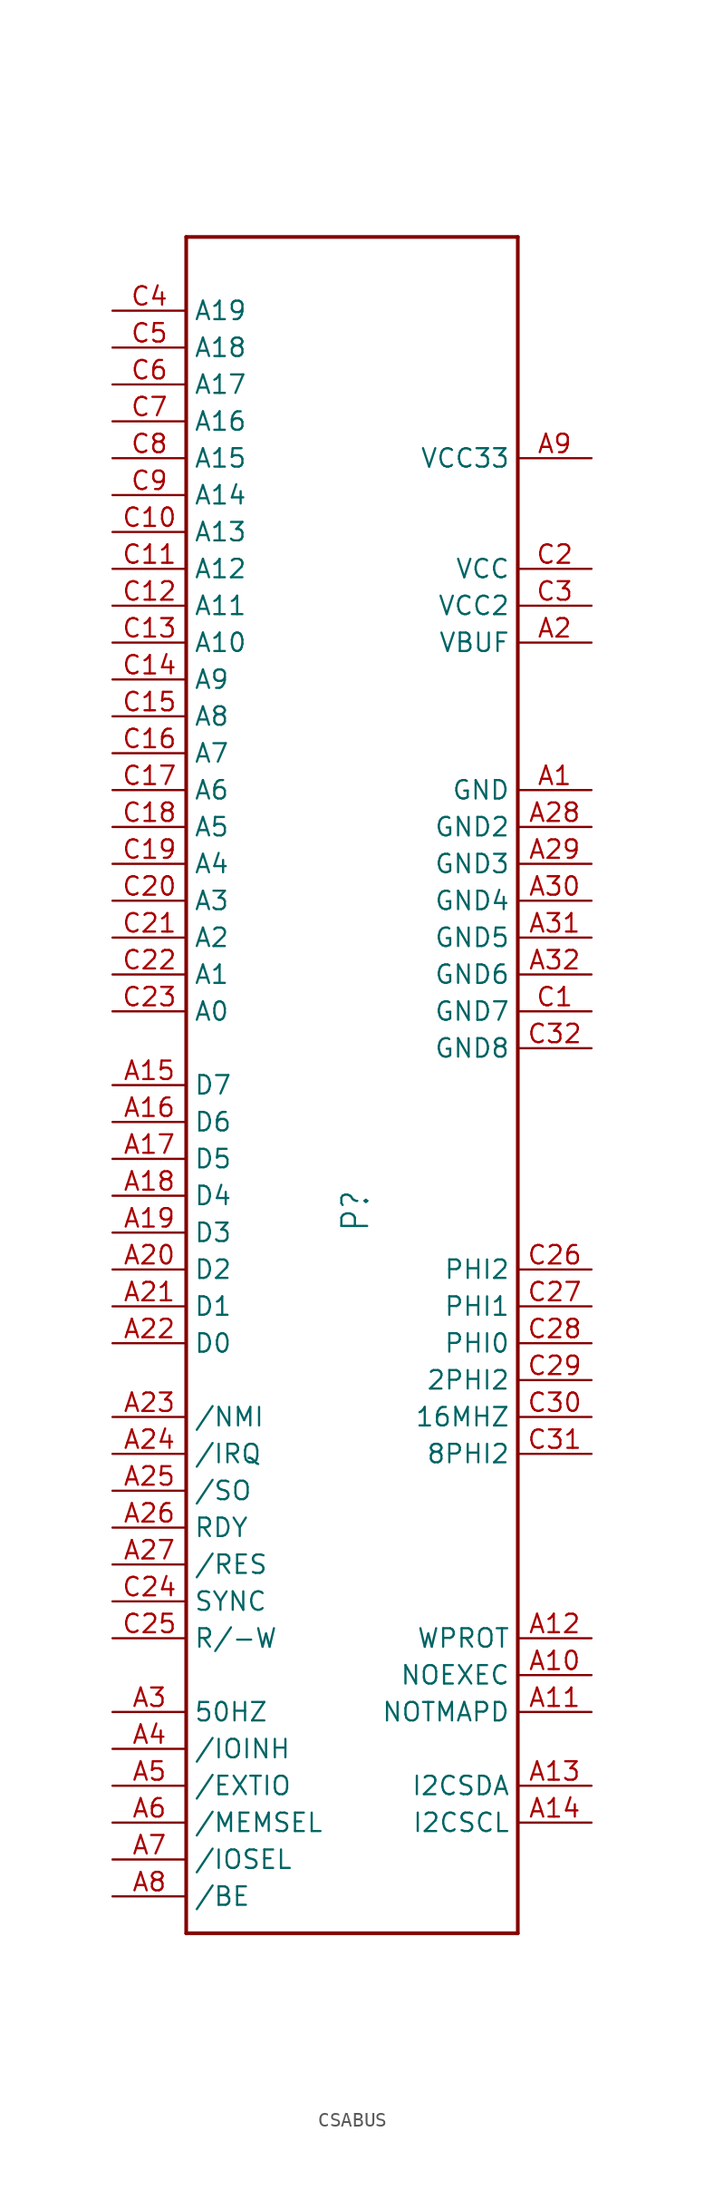
<source format=kicad_sym>
(kicad_symbol_lib
  (version 20231120)
  (generator "kicad_symbol_editor")
  (generator_version "8.0")
  (symbol "CSABUS"
    (property "Reference" "P"
      (at 5.08 -10.16 90)
      (effects (font (size 1.778 1.511)) (justify left bottom)))
    (property "Value" ""
      (at 0 58.42 0)
      (effects (font (size 1.778 1.511)) (justify left bottom)))
    (property "ki_locked" ""
      (at 0 0 0)
      (effects (font (size 1.27 1.27))))
    (symbol "CSABUS_1_0"
      (polyline (pts (xy -7.62 -58.42) (xy 15.24 -58.42)) (stroke (width 0.254) (type solid)) (fill (type none)))
      (polyline (pts (xy -7.62 58.42) (xy -7.62 -58.42)) (stroke (width 0.254) (type solid)) (fill (type none)))
      (polyline (pts (xy 15.24 -58.42) (xy 15.24 58.42)) (stroke (width 0.254) (type solid)) (fill (type none)))
      (polyline (pts (xy 15.24 58.42) (xy -7.62 58.42)) (stroke (width 0.254) (type solid)) (fill (type none)))
      (pin bidirectional line (at 20.32 20.32 180) (length 5.08) (name "GND" (effects (font (size 1.27 1.27)))) (number "A1" (effects (font (size 1.27 1.27)))))
      (pin bidirectional line (at 20.32 -40.64 180) (length 5.08) (name "NOEXEC" (effects (font (size 1.27 1.27)))) (number "A10" (effects (font (size 1.27 1.27)))))
      (pin bidirectional line (at 20.32 -43.18 180) (length 5.08) (name "NOTMAPD" (effects (font (size 1.27 1.27)))) (number "A11" (effects (font (size 1.27 1.27)))))
      (pin bidirectional line (at 20.32 -38.1 180) (length 5.08) (name "WPROT" (effects (font (size 1.27 1.27)))) (number "A12" (effects (font (size 1.27 1.27)))))
      (pin bidirectional line (at 20.32 -48.26 180) (length 5.08) (name "I2CSDA" (effects (font (size 1.27 1.27)))) (number "A13" (effects (font (size 1.27 1.27)))))
      (pin bidirectional line (at 20.32 -50.8 180) (length 5.08) (name "I2CSCL" (effects (font (size 1.27 1.27)))) (number "A14" (effects (font (size 1.27 1.27)))))
      (pin bidirectional line (at -12.7 0 0) (length 5.08) (name "D7" (effects (font (size 1.27 1.27)))) (number "A15" (effects (font (size 1.27 1.27)))))
      (pin bidirectional line (at -12.7 -2.54 0) (length 5.08) (name "D6" (effects (font (size 1.27 1.27)))) (number "A16" (effects (font (size 1.27 1.27)))))
      (pin bidirectional line (at -12.7 -5.08 0) (length 5.08) (name "D5" (effects (font (size 1.27 1.27)))) (number "A17" (effects (font (size 1.27 1.27)))))
      (pin bidirectional line (at -12.7 -7.62 0) (length 5.08) (name "D4" (effects (font (size 1.27 1.27)))) (number "A18" (effects (font (size 1.27 1.27)))))
      (pin bidirectional line (at -12.7 -10.16 0) (length 5.08) (name "D3" (effects (font (size 1.27 1.27)))) (number "A19" (effects (font (size 1.27 1.27)))))
      (pin bidirectional line (at 20.32 30.48 180) (length 5.08) (name "VBUF" (effects (font (size 1.27 1.27)))) (number "A2" (effects (font (size 1.27 1.27)))))
      (pin bidirectional line (at -12.7 -12.7 0) (length 5.08) (name "D2" (effects (font (size 1.27 1.27)))) (number "A20" (effects (font (size 1.27 1.27)))))
      (pin bidirectional line (at -12.7 -15.24 0) (length 5.08) (name "D1" (effects (font (size 1.27 1.27)))) (number "A21" (effects (font (size 1.27 1.27)))))
      (pin bidirectional line (at -12.7 -17.78 0) (length 5.08) (name "D0" (effects (font (size 1.27 1.27)))) (number "A22" (effects (font (size 1.27 1.27)))))
      (pin bidirectional line (at -12.7 -22.86 0) (length 5.08) (name "/NMI" (effects (font (size 1.27 1.27)))) (number "A23" (effects (font (size 1.27 1.27)))))
      (pin bidirectional line (at -12.7 -25.4 0) (length 5.08) (name "/IRQ" (effects (font (size 1.27 1.27)))) (number "A24" (effects (font (size 1.27 1.27)))))
      (pin bidirectional line (at -12.7 -27.94 0) (length 5.08) (name "/SO" (effects (font (size 1.27 1.27)))) (number "A25" (effects (font (size 1.27 1.27)))))
      (pin bidirectional line (at -12.7 -30.48 0) (length 5.08) (name "RDY" (effects (font (size 1.27 1.27)))) (number "A26" (effects (font (size 1.27 1.27)))))
      (pin bidirectional line (at -12.7 -33.02 0) (length 5.08) (name "/RES" (effects (font (size 1.27 1.27)))) (number "A27" (effects (font (size 1.27 1.27)))))
      (pin bidirectional line (at 20.32 17.78 180) (length 5.08) (name "GND2" (effects (font (size 1.27 1.27)))) (number "A28" (effects (font (size 1.27 1.27)))))
      (pin bidirectional line (at 20.32 15.24 180) (length 5.08) (name "GND3" (effects (font (size 1.27 1.27)))) (number "A29" (effects (font (size 1.27 1.27)))))
      (pin bidirectional line (at -12.7 -43.18 0) (length 5.08) (name "50HZ" (effects (font (size 1.27 1.27)))) (number "A3" (effects (font (size 1.27 1.27)))))
      (pin bidirectional line (at 20.32 12.7 180) (length 5.08) (name "GND4" (effects (font (size 1.27 1.27)))) (number "A30" (effects (font (size 1.27 1.27)))))
      (pin bidirectional line (at 20.32 10.16 180) (length 5.08) (name "GND5" (effects (font (size 1.27 1.27)))) (number "A31" (effects (font (size 1.27 1.27)))))
      (pin bidirectional line (at 20.32 7.62 180) (length 5.08) (name "GND6" (effects (font (size 1.27 1.27)))) (number "A32" (effects (font (size 1.27 1.27)))))
      (pin bidirectional line (at -12.7 -45.72 0) (length 5.08) (name "/IOINH" (effects (font (size 1.27 1.27)))) (number "A4" (effects (font (size 1.27 1.27)))))
      (pin bidirectional line (at -12.7 -48.26 0) (length 5.08) (name "/EXTIO" (effects (font (size 1.27 1.27)))) (number "A5" (effects (font (size 1.27 1.27)))))
      (pin bidirectional line (at -12.7 -50.8 0) (length 5.08) (name "/MEMSEL" (effects (font (size 1.27 1.27)))) (number "A6" (effects (font (size 1.27 1.27)))))
      (pin bidirectional line (at -12.7 -53.34 0) (length 5.08) (name "/IOSEL" (effects (font (size 1.27 1.27)))) (number "A7" (effects (font (size 1.27 1.27)))))
      (pin bidirectional line (at -12.7 -55.88 0) (length 5.08) (name "/BE" (effects (font (size 1.27 1.27)))) (number "A8" (effects (font (size 1.27 1.27)))))
      (pin bidirectional line (at 20.32 43.18 180) (length 5.08) (name "VCC33" (effects (font (size 1.27 1.27)))) (number "A9" (effects (font (size 1.27 1.27)))))
      (pin bidirectional line (at 20.32 5.08 180) (length 5.08) (name "GND7" (effects (font (size 1.27 1.27)))) (number "C1" (effects (font (size 1.27 1.27)))))
      (pin bidirectional line (at -12.7 38.1 0) (length 5.08) (name "A13" (effects (font (size 1.27 1.27)))) (number "C10" (effects (font (size 1.27 1.27)))))
      (pin bidirectional line (at -12.7 35.56 0) (length 5.08) (name "A12" (effects (font (size 1.27 1.27)))) (number "C11" (effects (font (size 1.27 1.27)))))
      (pin bidirectional line (at -12.7 33.02 0) (length 5.08) (name "A11" (effects (font (size 1.27 1.27)))) (number "C12" (effects (font (size 1.27 1.27)))))
      (pin bidirectional line (at -12.7 30.48 0) (length 5.08) (name "A10" (effects (font (size 1.27 1.27)))) (number "C13" (effects (font (size 1.27 1.27)))))
      (pin bidirectional line (at -12.7 27.94 0) (length 5.08) (name "A9" (effects (font (size 1.27 1.27)))) (number "C14" (effects (font (size 1.27 1.27)))))
      (pin bidirectional line (at -12.7 25.4 0) (length 5.08) (name "A8" (effects (font (size 1.27 1.27)))) (number "C15" (effects (font (size 1.27 1.27)))))
      (pin bidirectional line (at -12.7 22.86 0) (length 5.08) (name "A7" (effects (font (size 1.27 1.27)))) (number "C16" (effects (font (size 1.27 1.27)))))
      (pin bidirectional line (at -12.7 20.32 0) (length 5.08) (name "A6" (effects (font (size 1.27 1.27)))) (number "C17" (effects (font (size 1.27 1.27)))))
      (pin bidirectional line (at -12.7 17.78 0) (length 5.08) (name "A5" (effects (font (size 1.27 1.27)))) (number "C18" (effects (font (size 1.27 1.27)))))
      (pin bidirectional line (at -12.7 15.24 0) (length 5.08) (name "A4" (effects (font (size 1.27 1.27)))) (number "C19" (effects (font (size 1.27 1.27)))))
      (pin bidirectional line (at 20.32 35.56 180) (length 5.08) (name "VCC" (effects (font (size 1.27 1.27)))) (number "C2" (effects (font (size 1.27 1.27)))))
      (pin bidirectional line (at -12.7 12.7 0) (length 5.08) (name "A3" (effects (font (size 1.27 1.27)))) (number "C20" (effects (font (size 1.27 1.27)))))
      (pin bidirectional line (at -12.7 10.16 0) (length 5.08) (name "A2" (effects (font (size 1.27 1.27)))) (number "C21" (effects (font (size 1.27 1.27)))))
      (pin bidirectional line (at -12.7 7.62 0) (length 5.08) (name "A1" (effects (font (size 1.27 1.27)))) (number "C22" (effects (font (size 1.27 1.27)))))
      (pin bidirectional line (at -12.7 5.08 0) (length 5.08) (name "A0" (effects (font (size 1.27 1.27)))) (number "C23" (effects (font (size 1.27 1.27)))))
      (pin bidirectional line (at -12.7 -35.56 0) (length 5.08) (name "SYNC" (effects (font (size 1.27 1.27)))) (number "C24" (effects (font (size 1.27 1.27)))))
      (pin bidirectional line (at -12.7 -38.1 0) (length 5.08) (name "R/-W" (effects (font (size 1.27 1.27)))) (number "C25" (effects (font (size 1.27 1.27)))))
      (pin bidirectional line (at 20.32 -12.7 180) (length 5.08) (name "PHI2" (effects (font (size 1.27 1.27)))) (number "C26" (effects (font (size 1.27 1.27)))))
      (pin bidirectional line (at 20.32 -15.24 180) (length 5.08) (name "PHI1" (effects (font (size 1.27 1.27)))) (number "C27" (effects (font (size 1.27 1.27)))))
      (pin bidirectional line (at 20.32 -17.78 180) (length 5.08) (name "PHI0" (effects (font (size 1.27 1.27)))) (number "C28" (effects (font (size 1.27 1.27)))))
      (pin bidirectional line (at 20.32 -20.32 180) (length 5.08) (name "2PHI2" (effects (font (size 1.27 1.27)))) (number "C29" (effects (font (size 1.27 1.27)))))
      (pin bidirectional line (at 20.32 33.02 180) (length 5.08) (name "VCC2" (effects (font (size 1.27 1.27)))) (number "C3" (effects (font (size 1.27 1.27)))))
      (pin bidirectional line (at 20.32 -22.86 180) (length 5.08) (name "16MHZ" (effects (font (size 1.27 1.27)))) (number "C30" (effects (font (size 1.27 1.27)))))
      (pin bidirectional line (at 20.32 -25.4 180) (length 5.08) (name "8PHI2" (effects (font (size 1.27 1.27)))) (number "C31" (effects (font (size 1.27 1.27)))))
      (pin bidirectional line (at 20.32 2.54 180) (length 5.08) (name "GND8" (effects (font (size 1.27 1.27)))) (number "C32" (effects (font (size 1.27 1.27)))))
      (pin bidirectional line (at -12.7 53.34 0) (length 5.08) (name "A19" (effects (font (size 1.27 1.27)))) (number "C4" (effects (font (size 1.27 1.27)))))
      (pin bidirectional line (at -12.7 50.8 0) (length 5.08) (name "A18" (effects (font (size 1.27 1.27)))) (number "C5" (effects (font (size 1.27 1.27)))))
      (pin bidirectional line (at -12.7 48.26 0) (length 5.08) (name "A17" (effects (font (size 1.27 1.27)))) (number "C6" (effects (font (size 1.27 1.27)))))
      (pin bidirectional line (at -12.7 45.72 0) (length 5.08) (name "A16" (effects (font (size 1.27 1.27)))) (number "C7" (effects (font (size 1.27 1.27)))))
      (pin bidirectional line (at -12.7 43.18 0) (length 5.08) (name "A15" (effects (font (size 1.27 1.27)))) (number "C8" (effects (font (size 1.27 1.27)))))
      (pin bidirectional line (at -12.7 40.64 0) (length 5.08) (name "A14" (effects (font (size 1.27 1.27)))) (number "C9" (effects (font (size 1.27 1.27))))))))
</source>
